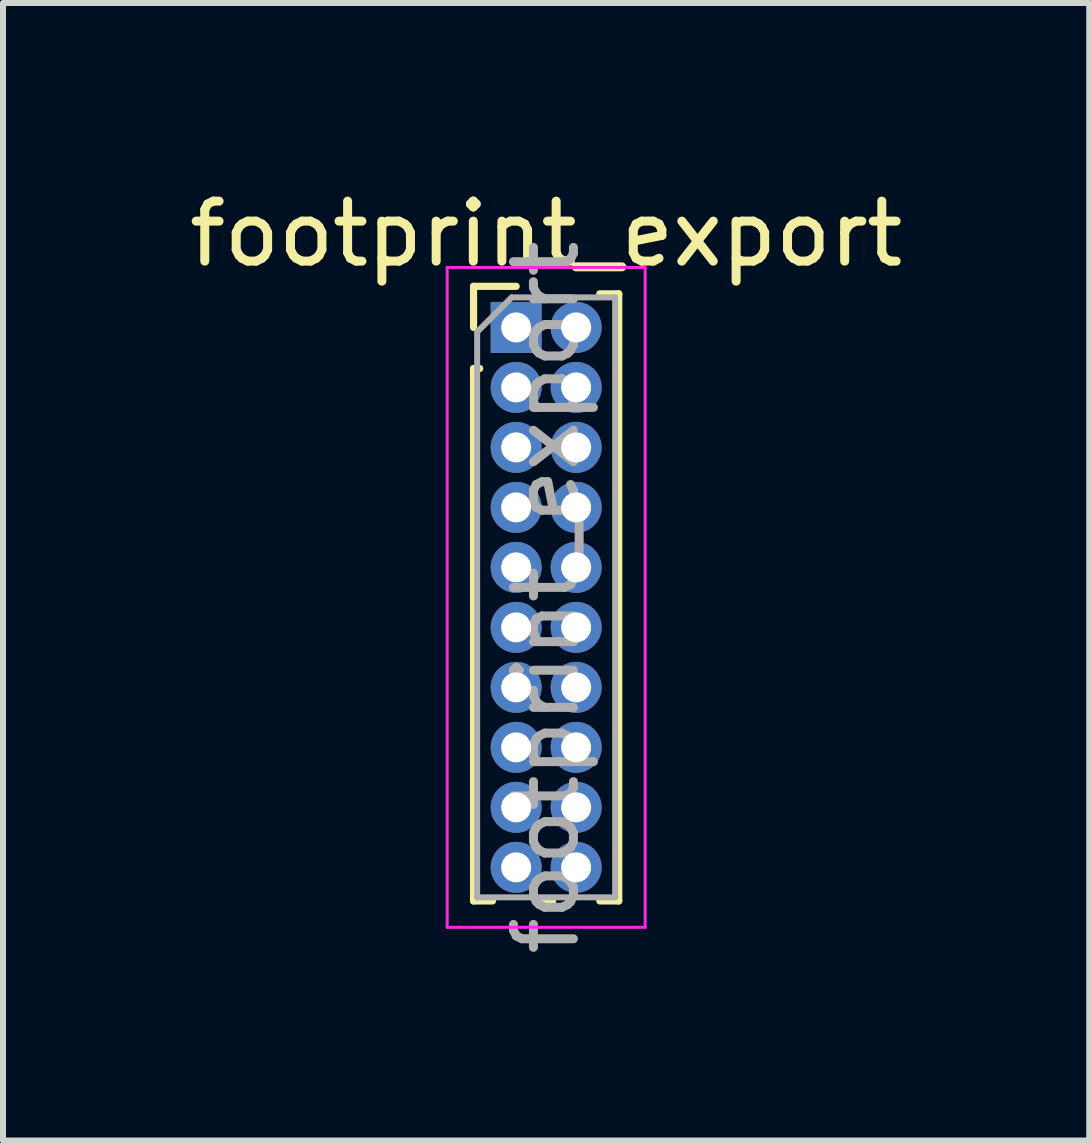
<source format=kicad_pcb>
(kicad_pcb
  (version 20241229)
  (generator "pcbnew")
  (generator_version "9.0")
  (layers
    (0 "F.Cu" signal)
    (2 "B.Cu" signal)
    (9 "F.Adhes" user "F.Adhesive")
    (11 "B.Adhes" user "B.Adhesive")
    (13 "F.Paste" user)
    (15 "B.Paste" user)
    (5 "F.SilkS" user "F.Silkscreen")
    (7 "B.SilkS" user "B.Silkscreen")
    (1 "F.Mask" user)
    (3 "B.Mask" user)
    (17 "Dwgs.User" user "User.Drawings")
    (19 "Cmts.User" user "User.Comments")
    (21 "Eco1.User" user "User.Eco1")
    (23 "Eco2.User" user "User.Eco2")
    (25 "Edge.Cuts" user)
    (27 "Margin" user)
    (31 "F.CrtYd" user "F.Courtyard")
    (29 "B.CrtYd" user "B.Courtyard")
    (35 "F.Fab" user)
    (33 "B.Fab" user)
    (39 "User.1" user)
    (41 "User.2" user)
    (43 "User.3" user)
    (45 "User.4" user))
  (footprint "footprint_export"
    (layer "F.Cu")
    (at 5.554 2.408)
    (property "Reference" "footprint_export" (at 0.5 -1.56 0) (layer "F.SilkS") (effects (font (size 1 1) (thickness 0.15))))
    (attr through_hole)
    (fp_line (start -0.71 -0.685) (end 0 -0.685) (stroke (width 0.12) (type solid)) (layer "F.SilkS"))
    (fp_line (start -0.71 0) (end -0.71 -0.685) (stroke (width 0.12) (type solid)) (layer "F.SilkS"))
    (fp_line (start -0.71 0.685) (end -0.71 9.56) (stroke (width 0.12) (type solid)) (layer "F.SilkS"))
    (fp_line (start -0.71 0.685) (end -0.608 0.685) (stroke (width 0.12) (type solid)) (layer "F.SilkS"))
    (fp_line (start -0.71 9.56) (end -0.394 9.56) (stroke (width 0.12) (type solid)) (layer "F.SilkS"))
    (fp_line (start 0.394 9.56) (end 0.606 9.56) (stroke (width 0.12) (type solid)) (layer "F.SilkS"))
    (fp_line (start 1.394 -0.56) (end 1.71 -0.56) (stroke (width 0.12) (type solid)) (layer "F.SilkS"))
    (fp_line (start 1.394 9.56) (end 1.71 9.56) (stroke (width 0.12) (type solid)) (layer "F.SilkS"))
    (fp_line (start 1.71 -0.56) (end 1.71 9.56) (stroke (width 0.12) (type solid)) (layer "F.SilkS"))
    (fp_line (start -1.15 -1) (end -1.15 10) (stroke (width 0.05) (type solid)) (layer "F.CrtYd"))
    (fp_line (start -1.15 10) (end 2.15 10) (stroke (width 0.05) (type solid)) (layer "F.CrtYd"))
    (fp_line (start 2.15 -1) (end -1.15 -1) (stroke (width 0.05) (type solid)) (layer "F.CrtYd"))
    (fp_line (start 2.15 10) (end 2.15 -1) (stroke (width 0.05) (type solid)) (layer "F.CrtYd"))
    (fp_line (start -0.65 0.075) (end -0.075 -0.5) (stroke (width 0.1) (type solid)) (layer "F.Fab"))
    (fp_line (start -0.65 9.5) (end -0.65 0.075) (stroke (width 0.1) (type solid)) (layer "F.Fab"))
    (fp_line (start -0.075 -0.5) (end 1.65 -0.5) (stroke (width 0.1) (type solid)) (layer "F.Fab"))
    (fp_line (start 1.65 -0.5) (end 1.65 9.5) (stroke (width 0.1) (type solid)) (layer "F.Fab"))
    (fp_line (start 1.65 9.5) (end -0.65 9.5) (stroke (width 0.1) (type solid)) (layer "F.Fab"))
    (fp_text user "${REFERENCE}" (at 0.5 4.5 90) (layer "F.Fab") (effects (font (size 1 1) (thickness 0.15))))
    (pad "1" thru_hole rect (at 0 0) (size 0.85 0.85) (drill 0.5) (layers "*.Cu" "*.Mask"))
    (pad "2" thru_hole oval (at 1 0) (size 0.85 0.85) (drill 0.5) (layers "*.Cu" "*.Mask"))
    (pad "3" thru_hole oval (at 0 1) (size 0.85 0.85) (drill 0.5) (layers "*.Cu" "*.Mask"))
    (pad "4" thru_hole oval (at 1 1) (size 0.85 0.85) (drill 0.5) (layers "*.Cu" "*.Mask"))
    (pad "5" thru_hole oval (at 0 2) (size 0.85 0.85) (drill 0.5) (layers "*.Cu" "*.Mask"))
    (pad "6" thru_hole oval (at 1 2) (size 0.85 0.85) (drill 0.5) (layers "*.Cu" "*.Mask"))
    (pad "7" thru_hole oval (at 0 3) (size 0.85 0.85) (drill 0.5) (layers "*.Cu" "*.Mask"))
    (pad "8" thru_hole oval (at 1 3) (size 0.85 0.85) (drill 0.5) (layers "*.Cu" "*.Mask"))
    (pad "9" thru_hole oval (at 0 4) (size 0.85 0.85) (drill 0.5) (layers "*.Cu" "*.Mask"))
    (pad "10" thru_hole oval (at 1 4) (size 0.85 0.85) (drill 0.5) (layers "*.Cu" "*.Mask"))
    (pad "11" thru_hole oval (at 0 5) (size 0.85 0.85) (drill 0.5) (layers "*.Cu" "*.Mask"))
    (pad "12" thru_hole oval (at 1 5) (size 0.85 0.85) (drill 0.5) (layers "*.Cu" "*.Mask"))
    (pad "13" thru_hole oval (at 0 6) (size 0.85 0.85) (drill 0.5) (layers "*.Cu" "*.Mask"))
    (pad "14" thru_hole oval (at 1 6) (size 0.85 0.85) (drill 0.5) (layers "*.Cu" "*.Mask"))
    (pad "15" thru_hole oval (at 0 7) (size 0.85 0.85) (drill 0.5) (layers "*.Cu" "*.Mask"))
    (pad "16" thru_hole oval (at 1 7) (size 0.85 0.85) (drill 0.5) (layers "*.Cu" "*.Mask"))
    (pad "17" thru_hole oval (at 0 8) (size 0.85 0.85) (drill 0.5) (layers "*.Cu" "*.Mask"))
    (pad "18" thru_hole oval (at 1 8) (size 0.85 0.85) (drill 0.5) (layers "*.Cu" "*.Mask"))
    (pad "19" thru_hole oval (at 0 9) (size 0.85 0.85) (drill 0.5) (layers "*.Cu" "*.Mask"))
    (pad "20" thru_hole oval (at 1 9) (size 0.85 0.85) (drill 0.5) (layers "*.Cu" "*.Mask")))
  (gr_rect
    (start -3 -3)
    (end 15.107 15.962)
    (stroke (width 0.1) (type default))
    (fill no)
    (layer "Edge.Cuts")))
</source>
